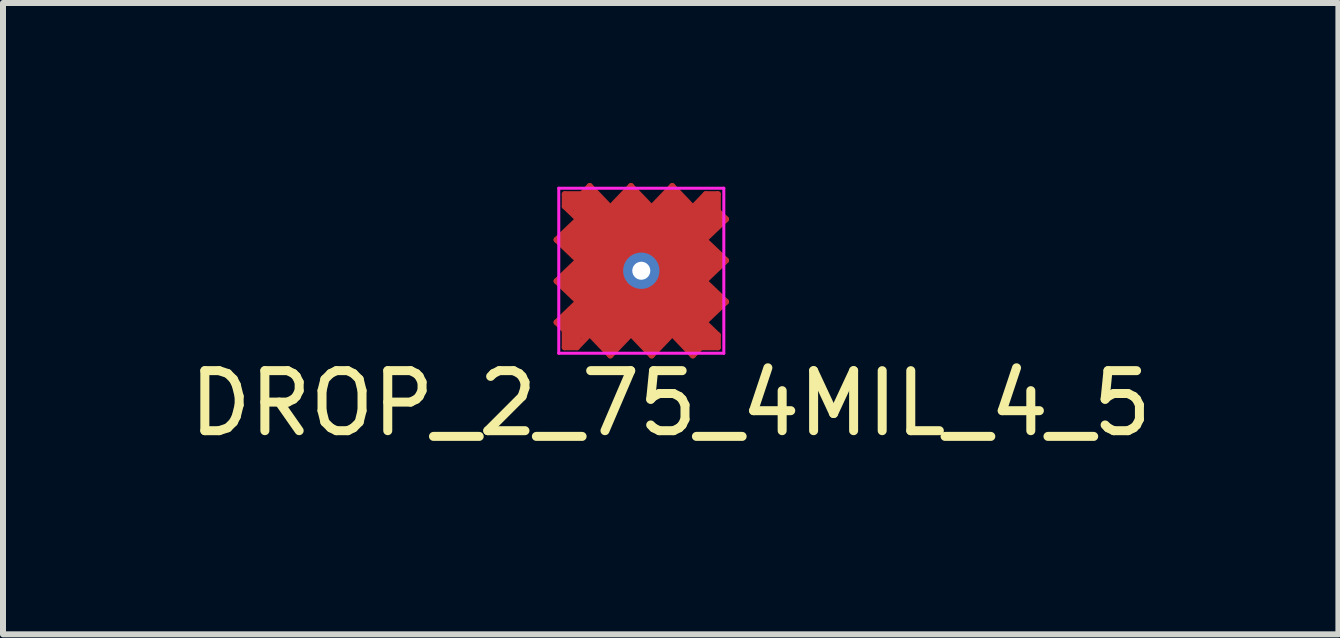
<source format=kicad_pcb>
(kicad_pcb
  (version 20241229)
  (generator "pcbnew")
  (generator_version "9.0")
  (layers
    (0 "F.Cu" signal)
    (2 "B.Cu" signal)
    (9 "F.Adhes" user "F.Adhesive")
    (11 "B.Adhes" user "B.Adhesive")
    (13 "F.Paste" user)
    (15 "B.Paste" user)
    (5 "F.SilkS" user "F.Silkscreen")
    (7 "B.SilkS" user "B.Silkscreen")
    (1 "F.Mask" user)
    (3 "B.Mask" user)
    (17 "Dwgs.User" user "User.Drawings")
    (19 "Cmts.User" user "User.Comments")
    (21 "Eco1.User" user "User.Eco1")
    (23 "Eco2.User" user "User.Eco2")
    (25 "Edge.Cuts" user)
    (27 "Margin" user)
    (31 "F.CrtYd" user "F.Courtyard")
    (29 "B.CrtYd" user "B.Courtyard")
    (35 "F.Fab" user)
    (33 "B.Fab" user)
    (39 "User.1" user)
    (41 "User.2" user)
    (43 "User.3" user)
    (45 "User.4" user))
  (footprint "DROP_2_75_4MIL_4_5"
    (layer "F.Cu")
    (at 7.635 1.461)
    (property "Reference" "DROP_2_75_4MIL_4_5" (at 0.49 2.21 0) (layer "F.SilkS") (effects (font (size 1 1) (thickness 0.15))))
    (attr through_hole)
    (fp_line (start -1.411 -0.516) (end -1.051 -0.859) (stroke (width 0.1) (type solid)) (layer "F.Cu"))
    (fp_line (start -1.411 0.172) (end -1.051 -0.172) (stroke (width 0.1) (type solid)) (layer "F.Cu"))
    (fp_line (start -1.411 0.859) (end -1.275 0.989) (stroke (width 0.1) (type solid)) (layer "F.Cu"))
    (fp_line (start -1.411 0.859) (end -1.051 0.516) (stroke (width 0.1) (type solid)) (layer "F.Cu"))
    (fp_line (start -1.3 -0.52) (end -1.17 -0.64) (stroke (width 0.15) (type solid)) (layer "F.Cu"))
    (fp_line (start -1.29 0.17) (end -1.16 0.05) (stroke (width 0.15) (type solid)) (layer "F.Cu"))
    (fp_line (start -1.275 -1.275) (end -1.275 -1.074) (stroke (width 0.1) (type solid)) (layer "F.Cu"))
    (fp_line (start -1.275 -1.074) (end -1.051 -0.859) (stroke (width 0.1) (type solid)) (layer "F.Cu"))
    (fp_line (start -1.275 0.989) (end -1.275 1.275) (stroke (width 0.1) (type solid)) (layer "F.Cu"))
    (fp_line (start -1.275 1.275) (end -1.074 1.275) (stroke (width 0.1) (type solid)) (layer "F.Cu"))
    (fp_line (start -1.18 1.17) (end -1.17 0.72) (stroke (width 0.15) (type solid)) (layer "F.Cu"))
    (fp_line (start -1.17 -1.18) (end -0.72 -1.17) (stroke (width 0.15) (type solid)) (layer "F.Cu"))
    (fp_line (start -1.17 -1.07) (end -1.17 -1.18) (stroke (width 0.15) (type solid)) (layer "F.Cu"))
    (fp_line (start -1.17 -0.64) (end -1.17 -0.39) (stroke (width 0.15) (type solid)) (layer "F.Cu"))
    (fp_line (start -1.17 -0.39) (end -1.3 -0.52) (stroke (width 0.15) (type solid)) (layer "F.Cu"))
    (fp_line (start -1.17 0.72) (end -1.27 0.88) (stroke (width 0.15) (type solid)) (layer "F.Cu"))
    (fp_line (start -1.16 0.05) (end -1.16 0.3) (stroke (width 0.15) (type solid)) (layer "F.Cu"))
    (fp_line (start -1.16 0.3) (end -1.29 0.17) (stroke (width 0.15) (type solid)) (layer "F.Cu"))
    (fp_line (start -1.074 1.275) (end -0.859 1.051) (stroke (width 0.1) (type solid)) (layer "F.Cu"))
    (fp_line (start -1.07 1.17) (end -1.18 1.17) (stroke (width 0.15) (type solid)) (layer "F.Cu"))
    (fp_line (start -1.051 -0.172) (end -1.411 -0.516) (stroke (width 0.1) (type solid)) (layer "F.Cu"))
    (fp_line (start -1.051 0.516) (end -1.411 0.172) (stroke (width 0.1) (type solid)) (layer "F.Cu"))
    (fp_line (start -0.989 -1.275) (end -1.275 -1.275) (stroke (width 0.1) (type solid)) (layer "F.Cu"))
    (fp_line (start -0.859 -1.411) (end -0.516 -1.051) (stroke (width 0.1) (type solid)) (layer "F.Cu"))
    (fp_line (start -0.859 -1.411) (end -0.989 -1.275) (stroke (width 0.1) (type solid)) (layer "F.Cu"))
    (fp_line (start -0.72 -1.17) (end -0.88 -1.27) (stroke (width 0.15) (type solid)) (layer "F.Cu"))
    (fp_line (start -0.64 1.17) (end -0.39 1.17) (stroke (width 0.15) (type solid)) (layer "F.Cu"))
    (fp_line (start -0.52 1.3) (end -0.64 1.17) (stroke (width 0.15) (type solid)) (layer "F.Cu"))
    (fp_line (start -0.516 -1.051) (end -0.172 -1.411) (stroke (width 0.1) (type solid)) (layer "F.Cu"))
    (fp_line (start -0.516 1.411) (end -0.859 1.051) (stroke (width 0.1) (type solid)) (layer "F.Cu"))
    (fp_line (start -0.39 1.17) (end -0.52 1.3) (stroke (width 0.15) (type solid)) (layer "F.Cu"))
    (fp_line (start -0.3 -1.16) (end -0.17 -1.29) (stroke (width 0.15) (type solid)) (layer "F.Cu"))
    (fp_line (start -0.172 -1.411) (end 0.172 -1.051) (stroke (width 0.1) (type solid)) (layer "F.Cu"))
    (fp_line (start -0.172 1.051) (end -0.516 1.411) (stroke (width 0.1) (type solid)) (layer "F.Cu"))
    (fp_line (start -0.17 -1.29) (end -0.05 -1.16) (stroke (width 0.15) (type solid)) (layer "F.Cu"))
    (fp_line (start -0.05 -1.16) (end -0.3 -1.16) (stroke (width 0.15) (type solid)) (layer "F.Cu"))
    (fp_line (start 0.05 1.16) (end 0.3 1.16) (stroke (width 0.15) (type solid)) (layer "F.Cu"))
    (fp_line (start 0.17 1.29) (end 0.05 1.16) (stroke (width 0.15) (type solid)) (layer "F.Cu"))
    (fp_line (start 0.172 -1.051) (end 0.516 -1.411) (stroke (width 0.1) (type solid)) (layer "F.Cu"))
    (fp_line (start 0.172 1.411) (end -0.172 1.051) (stroke (width 0.1) (type solid)) (layer "F.Cu"))
    (fp_line (start 0.3 1.16) (end 0.17 1.29) (stroke (width 0.15) (type solid)) (layer "F.Cu"))
    (fp_line (start 0.39 -1.17) (end 0.52 -1.3) (stroke (width 0.15) (type solid)) (layer "F.Cu"))
    (fp_line (start 0.516 -1.411) (end 0.859 -1.051) (stroke (width 0.1) (type solid)) (layer "F.Cu"))
    (fp_line (start 0.516 1.051) (end 0.172 1.411) (stroke (width 0.1) (type solid)) (layer "F.Cu"))
    (fp_line (start 0.52 -1.3) (end 0.64 -1.17) (stroke (width 0.15) (type solid)) (layer "F.Cu"))
    (fp_line (start 0.64 -1.17) (end 0.39 -1.17) (stroke (width 0.15) (type solid)) (layer "F.Cu"))
    (fp_line (start 0.72 1.17) (end 0.88 1.27) (stroke (width 0.15) (type solid)) (layer "F.Cu"))
    (fp_line (start 0.859 1.411) (end 0.989 1.275) (stroke (width 0.1) (type solid)) (layer "F.Cu"))
    (fp_line (start 0.859 1.411) (end 0.516 1.051) (stroke (width 0.1) (type solid)) (layer "F.Cu"))
    (fp_line (start 0.989 1.275) (end 1.275 1.275) (stroke (width 0.1) (type solid)) (layer "F.Cu"))
    (fp_line (start 1.051 -0.516) (end 1.411 -0.172) (stroke (width 0.1) (type solid)) (layer "F.Cu"))
    (fp_line (start 1.051 0.172) (end 1.411 0.516) (stroke (width 0.1) (type solid)) (layer "F.Cu"))
    (fp_line (start 1.07 -1.17) (end 1.18 -1.17) (stroke (width 0.15) (type solid)) (layer "F.Cu"))
    (fp_line (start 1.074 -1.275) (end 0.859 -1.051) (stroke (width 0.1) (type solid)) (layer "F.Cu"))
    (fp_line (start 1.16 -0.3) (end 1.29 -0.17) (stroke (width 0.15) (type solid)) (layer "F.Cu"))
    (fp_line (start 1.16 -0.05) (end 1.16 -0.3) (stroke (width 0.15) (type solid)) (layer "F.Cu"))
    (fp_line (start 1.17 -0.72) (end 1.27 -0.88) (stroke (width 0.15) (type solid)) (layer "F.Cu"))
    (fp_line (start 1.17 0.39) (end 1.3 0.52) (stroke (width 0.15) (type solid)) (layer "F.Cu"))
    (fp_line (start 1.17 0.64) (end 1.17 0.39) (stroke (width 0.15) (type solid)) (layer "F.Cu"))
    (fp_line (start 1.17 1.07) (end 1.17 1.18) (stroke (width 0.15) (type solid)) (layer "F.Cu"))
    (fp_line (start 1.17 1.18) (end 0.72 1.17) (stroke (width 0.15) (type solid)) (layer "F.Cu"))
    (fp_line (start 1.18 -1.17) (end 1.17 -0.72) (stroke (width 0.15) (type solid)) (layer "F.Cu"))
    (fp_line (start 1.275 -1.275) (end 1.074 -1.275) (stroke (width 0.1) (type solid)) (layer "F.Cu"))
    (fp_line (start 1.275 -0.989) (end 1.275 -1.275) (stroke (width 0.1) (type solid)) (layer "F.Cu"))
    (fp_line (start 1.275 1.074) (end 1.051 0.859) (stroke (width 0.1) (type solid)) (layer "F.Cu"))
    (fp_line (start 1.275 1.275) (end 1.275 1.074) (stroke (width 0.1) (type solid)) (layer "F.Cu"))
    (fp_line (start 1.29 -0.17) (end 1.16 -0.05) (stroke (width 0.15) (type solid)) (layer "F.Cu"))
    (fp_line (start 1.3 0.52) (end 1.17 0.64) (stroke (width 0.15) (type solid)) (layer "F.Cu"))
    (fp_line (start 1.411 -0.859) (end 1.051 -0.516) (stroke (width 0.1) (type solid)) (layer "F.Cu"))
    (fp_line (start 1.411 -0.859) (end 1.275 -0.989) (stroke (width 0.1) (type solid)) (layer "F.Cu"))
    (fp_line (start 1.411 -0.172) (end 1.051 0.172) (stroke (width 0.1) (type solid)) (layer "F.Cu"))
    (fp_line (start 1.411 0.516) (end 1.051 0.859) (stroke (width 0.1) (type solid)) (layer "F.Cu"))
    (fp_poly (pts (xy -0.675 -1.125) (xy -0.5 -1.05) (xy -0.424 -1.115) (xy 0.025 -1.125) (xy 0.175 -1.05) (xy 0.3 -1.1) (xy 0.7 -1.1) (xy 0.859 -1.051) (xy 1.1 -1.125) (xy 1.15 -0.675) (xy 1.025 -0.525) (xy 1.1 -0.4) (xy 1.15 0.00006) (xy 1.025 0.2) (xy 1.129 0.323) (xy 1.15 0.675) (xy 1.025 0.85) (xy 1.1 1.05) (xy 0.65 1.125) (xy 0.475 1.025) (xy 0.35 1.15) (xy -0.000074 1.15) (xy -0.175 1.025) (xy -0.298 1.127) (xy -0.3 1.127) (xy -0.7 1.15) (xy -0.85 1.025) (xy -1.075 1.1) (xy -1.125 0.675) (xy -1.05 0.575) (xy -1.085 0.4) (xy -1.1 0) (xy -1.05 -0.175) (xy -1.1 -0.325) (xy -1.1 -0.7) (xy -1.05 -0.875) (xy -1.1 -1.1)) (stroke (width 0.1) (type solid)) (fill yes) (layer "F.Cu"))
    (fp_line (start -1.375 -1.375) (end -1.375 1.375) (stroke (width 0.05) (type solid)) (layer "F.CrtYd"))
    (fp_line (start -1.375 -1.375) (end 1.375 -1.375) (stroke (width 0.05) (type solid)) (layer "F.CrtYd"))
    (fp_line (start -1.375 1.375) (end 1.375 1.375) (stroke (width 0.05) (type solid)) (layer "F.CrtYd"))
    (fp_line (start 1.375 -1.375) (end 1.375 1.375) (stroke (width 0.05) (type solid)) (layer "F.CrtYd"))
    (pad "1" thru_hole circle (at 0 0) (size 0.605 0.605) (drill 0.3) (layers "*.Cu" "*.Mask")))
  (gr_rect
    (start -3 -3)
    (end 19.25 7.519)
    (stroke (width 0.1) (type default))
    (fill no)
    (layer "Edge.Cuts")))
</source>
